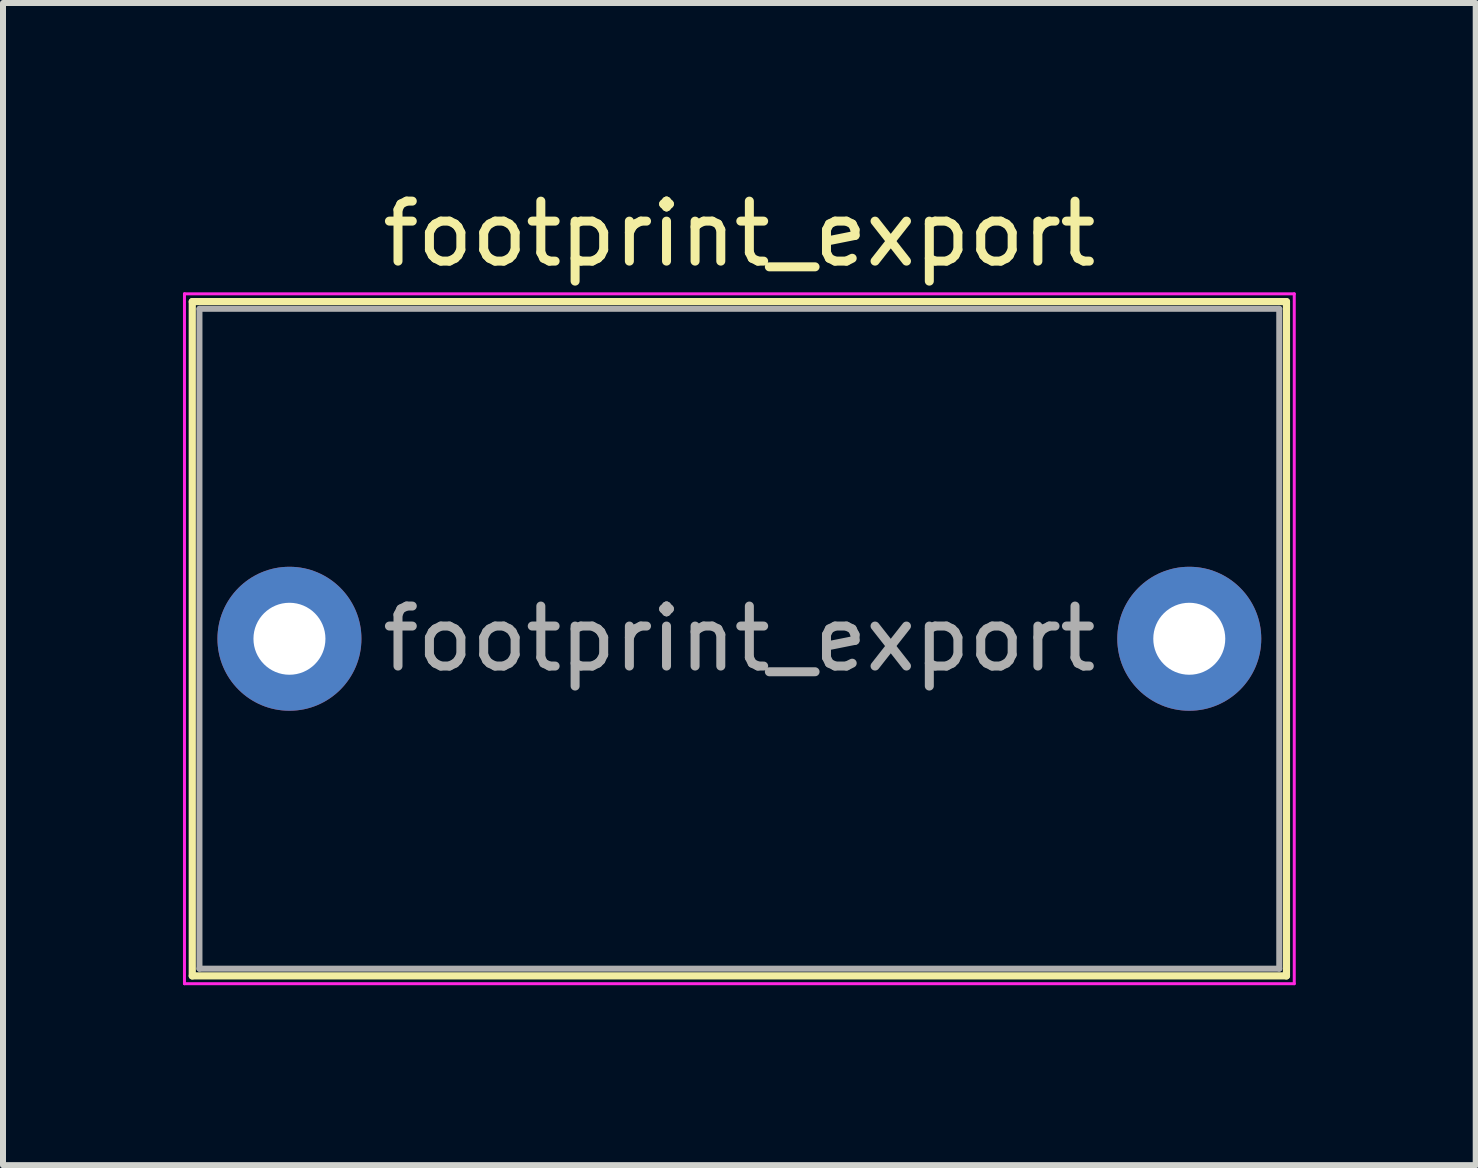
<source format=kicad_pcb>
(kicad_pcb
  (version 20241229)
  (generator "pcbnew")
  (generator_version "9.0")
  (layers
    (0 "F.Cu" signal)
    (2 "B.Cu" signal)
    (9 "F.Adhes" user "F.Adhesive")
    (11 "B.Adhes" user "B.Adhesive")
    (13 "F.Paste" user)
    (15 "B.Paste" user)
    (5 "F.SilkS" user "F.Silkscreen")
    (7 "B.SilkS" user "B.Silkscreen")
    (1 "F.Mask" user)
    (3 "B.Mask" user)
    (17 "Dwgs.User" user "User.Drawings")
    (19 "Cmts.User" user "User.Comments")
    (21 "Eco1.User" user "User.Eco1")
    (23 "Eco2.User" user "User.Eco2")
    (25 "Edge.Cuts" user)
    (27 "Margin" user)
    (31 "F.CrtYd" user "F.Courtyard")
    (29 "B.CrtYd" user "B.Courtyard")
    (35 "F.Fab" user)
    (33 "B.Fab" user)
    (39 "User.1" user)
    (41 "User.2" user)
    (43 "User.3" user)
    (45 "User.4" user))
  (footprint "footprint_export"
    (layer "F.Cu")
    (at 1.775 7.598)
    (property "Reference" "footprint_export" (at 7.5 -6.75 0) (layer "F.SilkS") (effects (font (size 1 1) (thickness 0.15))))
    (attr through_hole)
    (fp_line (start -1.62 -5.62) (end -1.62 5.62) (stroke (width 0.12) (type solid)) (layer "F.SilkS"))
    (fp_line (start -1.62 -5.62) (end 16.62 -5.62) (stroke (width 0.12) (type solid)) (layer "F.SilkS"))
    (fp_line (start -1.62 5.62) (end 16.62 5.62) (stroke (width 0.12) (type solid)) (layer "F.SilkS"))
    (fp_line (start 16.62 -5.62) (end 16.62 5.62) (stroke (width 0.12) (type solid)) (layer "F.SilkS"))
    (fp_line (start -1.75 -5.75) (end -1.75 5.75) (stroke (width 0.05) (type solid)) (layer "F.CrtYd"))
    (fp_line (start -1.75 5.75) (end 16.75 5.75) (stroke (width 0.05) (type solid)) (layer "F.CrtYd"))
    (fp_line (start 16.75 -5.75) (end -1.75 -5.75) (stroke (width 0.05) (type solid)) (layer "F.CrtYd"))
    (fp_line (start 16.75 5.75) (end 16.75 -5.75) (stroke (width 0.05) (type solid)) (layer "F.CrtYd"))
    (fp_line (start -1.5 -5.5) (end -1.5 5.5) (stroke (width 0.1) (type solid)) (layer "F.Fab"))
    (fp_line (start -1.5 5.5) (end 16.5 5.5) (stroke (width 0.1) (type solid)) (layer "F.Fab"))
    (fp_line (start 16.5 -5.5) (end -1.5 -5.5) (stroke (width 0.1) (type solid)) (layer "F.Fab"))
    (fp_line (start 16.5 5.5) (end 16.5 -5.5) (stroke (width 0.1) (type solid)) (layer "F.Fab"))
    (fp_text user "${REFERENCE}" (at 7.5 0 0) (layer "F.Fab") (effects (font (size 1 1) (thickness 0.15))))
    (pad "1" thru_hole circle (at 0 0) (size 2.4 2.4) (drill 1.2) (layers "*.Cu" "*.Mask"))
    (pad "2" thru_hole circle (at 15 0) (size 2.4 2.4) (drill 1.2) (layers "*.Cu" "*.Mask")))
  (gr_rect
    (start -3 -3)
    (end 21.55 16.373)
    (stroke (width 0.1) (type default))
    (fill no)
    (layer "Edge.Cuts")))
</source>
